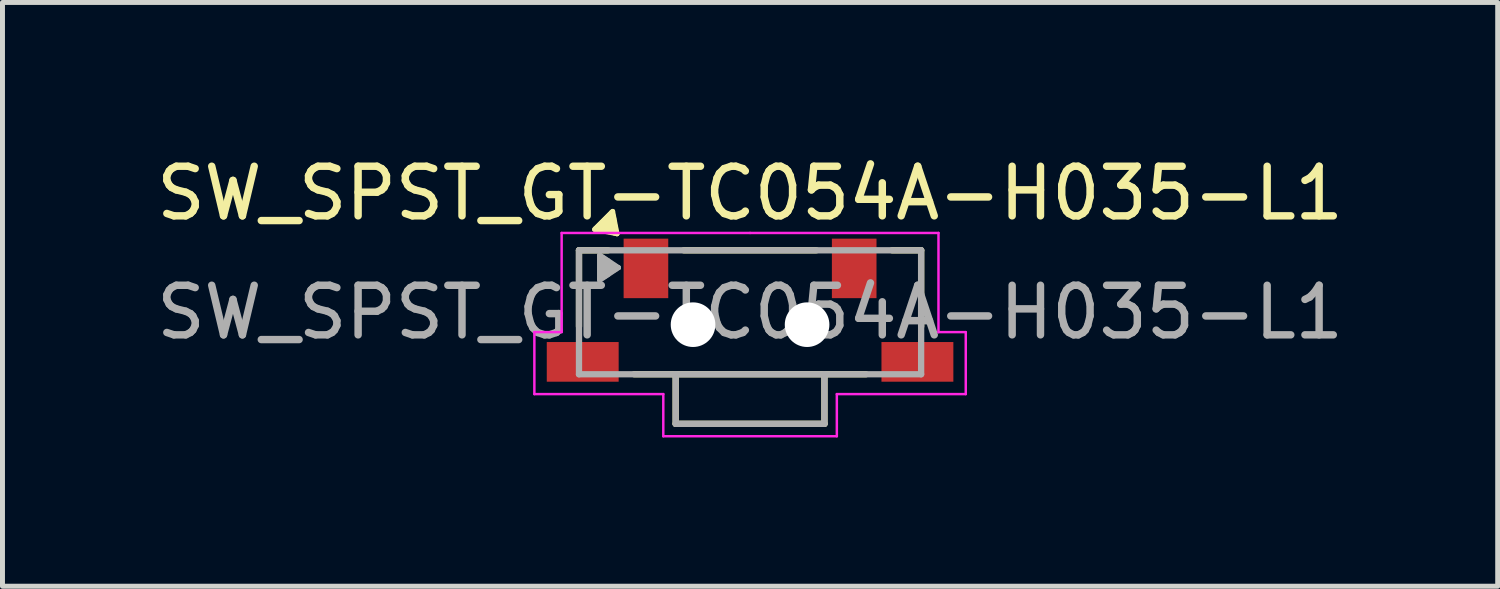
<source format=kicad_pcb>
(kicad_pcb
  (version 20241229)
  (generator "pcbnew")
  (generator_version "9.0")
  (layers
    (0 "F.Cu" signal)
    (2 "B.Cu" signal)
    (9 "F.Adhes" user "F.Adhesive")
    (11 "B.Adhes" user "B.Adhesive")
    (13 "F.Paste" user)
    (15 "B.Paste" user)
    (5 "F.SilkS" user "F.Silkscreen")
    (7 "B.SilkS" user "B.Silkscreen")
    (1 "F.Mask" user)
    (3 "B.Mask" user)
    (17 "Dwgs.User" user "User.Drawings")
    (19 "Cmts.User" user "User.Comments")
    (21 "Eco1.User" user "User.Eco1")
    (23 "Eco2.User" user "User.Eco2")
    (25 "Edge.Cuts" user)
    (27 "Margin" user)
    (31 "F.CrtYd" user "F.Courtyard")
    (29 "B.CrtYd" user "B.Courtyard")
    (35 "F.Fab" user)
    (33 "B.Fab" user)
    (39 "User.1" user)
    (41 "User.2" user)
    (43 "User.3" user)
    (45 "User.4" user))
  (footprint "SW_SPST_GT-TC054A-H035-L1"
    (layer "F.Cu")
    (at 12.077 3.248)
    (property "Reference" "SW_SPST_GT-TC054A-H035-L1" (at 0 -2.4 0) (layer "F.SilkS") (effects (font (size 1 1) (thickness 0.15))))
    (attr smd)
    (fp_line (start -3.45 -1.25) (end -3.45 0.286) (stroke (width 0.127) (type solid)) (layer "F.SilkS"))
    (fp_line (start -2.864 -1.25) (end -3.45 -1.25) (stroke (width 0.127) (type solid)) (layer "F.SilkS"))
    (fp_line (start -2.337 1.25) (end -1.5 1.25) (stroke (width 0.127) (type solid)) (layer "F.SilkS"))
    (fp_line (start -1.5 1.25) (end -1.5 2.25) (stroke (width 0.127) (type solid)) (layer "F.SilkS"))
    (fp_line (start -1.5 1.25) (end 1.5 1.25) (stroke (width 0.127) (type solid)) (layer "F.SilkS"))
    (fp_line (start -1.5 2.25) (end 1.5 2.25) (stroke (width 0.127) (type solid)) (layer "F.SilkS"))
    (fp_line (start -1.337 -1.25) (end 1.337 -1.25) (stroke (width 0.127) (type solid)) (layer "F.SilkS"))
    (fp_line (start 1.5 1.25) (end 2.337 1.25) (stroke (width 0.127) (type solid)) (layer "F.SilkS"))
    (fp_line (start 1.5 2.25) (end 1.5 1.25) (stroke (width 0.127) (type solid)) (layer "F.SilkS"))
    (fp_line (start 2.864 -1.25) (end 3.45 -1.25) (stroke (width 0.127) (type solid)) (layer "F.SilkS"))
    (fp_line (start 3.45 -1.25) (end 3.45 0.286) (stroke (width 0.127) (type solid)) (layer "F.SilkS"))
    (fp_line (start -4.35 1.65) (end -4.35 0.4) (stroke (width 0.05) (type solid)) (layer "F.CrtYd"))
    (fp_line (start -3.8 -1.6) (end 0 -1.6) (stroke (width 0.05) (type solid)) (layer "F.CrtYd"))
    (fp_line (start -3.8 0.4) (end -4.35 0.4) (stroke (width 0.05) (type solid)) (layer "F.CrtYd"))
    (fp_line (start -3.8 0.4) (end -3.8 -1.6) (stroke (width 0.05) (type solid)) (layer "F.CrtYd"))
    (fp_line (start -1.75 1.65) (end -4.35 1.65) (stroke (width 0.05) (type solid)) (layer "F.CrtYd"))
    (fp_line (start -1.75 2.5) (end -1.75 1.65) (stroke (width 0.05) (type solid)) (layer "F.CrtYd"))
    (fp_line (start 1.75 1.65) (end 1.75 2.5) (stroke (width 0.05) (type solid)) (layer "F.CrtYd"))
    (fp_line (start 1.75 2.5) (end -1.75 2.5) (stroke (width 0.05) (type solid)) (layer "F.CrtYd"))
    (fp_line (start 3.8 -1.6) (end 0 -1.6) (stroke (width 0.05) (type solid)) (layer "F.CrtYd"))
    (fp_line (start 3.8 0.4) (end 3.8 -1.6) (stroke (width 0.05) (type solid)) (layer "F.CrtYd"))
    (fp_line (start 3.8 0.4) (end 4.35 0.4) (stroke (width 0.05) (type solid)) (layer "F.CrtYd"))
    (fp_line (start 4.35 0.4) (end 4.35 1.65) (stroke (width 0.05) (type solid)) (layer "F.CrtYd"))
    (fp_line (start 4.35 1.65) (end 1.75 1.65) (stroke (width 0.05) (type solid)) (layer "F.CrtYd"))
    (fp_line (start -3.45 -1.25) (end 3.45 -1.25) (stroke (width 0.127) (type solid)) (layer "F.Fab"))
    (fp_line (start -3.45 1.25) (end -3.45 -1.25) (stroke (width 0.127) (type solid)) (layer "F.Fab"))
    (fp_line (start -3.45 1.25) (end -1.5 1.25) (stroke (width 0.127) (type solid)) (layer "F.Fab"))
    (fp_line (start -1.5 1.25) (end -1.5 2.25) (stroke (width 0.127) (type solid)) (layer "F.Fab"))
    (fp_line (start -1.5 1.25) (end 1.5 1.25) (stroke (width 0.127) (type solid)) (layer "F.Fab"))
    (fp_line (start -1.5 2.25) (end 1.5 2.25) (stroke (width 0.127) (type solid)) (layer "F.Fab"))
    (fp_line (start 1.5 1.25) (end 3.45 1.25) (stroke (width 0.127) (type solid)) (layer "F.Fab"))
    (fp_line (start 1.5 2.25) (end 1.5 1.25) (stroke (width 0.127) (type solid)) (layer "F.Fab"))
    (fp_line (start 3.45 -1.25) (end 3.45 1.25) (stroke (width 0.127) (type solid)) (layer "F.Fab"))
    (fp_text user "▲" (at -3 -1.9 225) (unlocked yes) (layer "F.SilkS") (effects (font (size 0.5 0.6) (thickness 0.1)) (justify bottom)))
    (fp_text user "▲" (at -3.1 -0.9 270) (unlocked yes) (layer "F.Fab") (effects (font (size 0.5 0.6) (thickness 0.1)) (justify bottom)))
    (fp_text user "${REFERENCE}" (at 0 0 0) (layer "F.Fab") (effects (font (size 1 1) (thickness 0.15))))
    (pad "" np_thru_hole circle (at -1.15 0.25) (size 0.9 0.9) (drill 0.9) (layers "*.Cu" "*.Mask"))
    (pad "" np_thru_hole circle (at 1.15 0.25) (size 0.9 0.9) (drill 0.9) (layers "*.Cu" "*.Mask"))
    (pad "1" smd rect (at -2.1 -0.885) (size 0.9 1.2) (layers "F.Cu" "F.Mask" "F.Paste"))
    (pad "2" smd rect (at 2.1 -0.885) (size 0.9 1.2) (layers "F.Cu" "F.Mask" "F.Paste"))
    (pad "3" smd rect (at 3.375 1) (size 1.45 0.8) (layers "F.Cu" "F.Mask" "F.Paste"))
    (pad "4" smd rect (at -3.375 1) (size 1.45 0.8) (layers "F.Cu" "F.Mask" "F.Paste")))
  (gr_rect
    (start -3 -3)
    (end 27.155 8.773)
    (stroke (width 0.1) (type default))
    (fill no)
    (layer "Edge.Cuts")))
</source>
